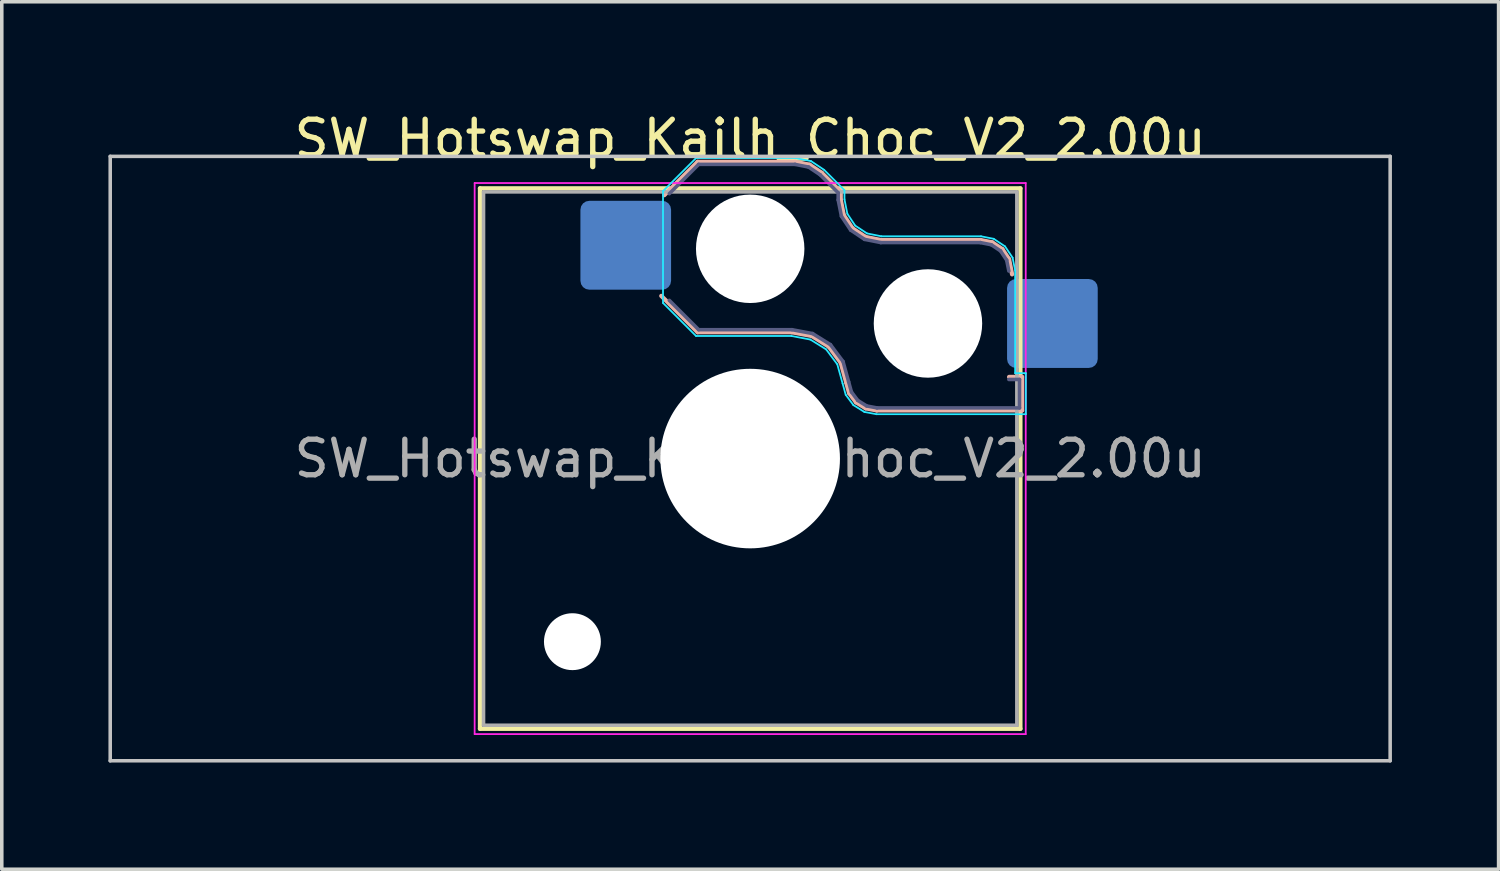
<source format=kicad_pcb>
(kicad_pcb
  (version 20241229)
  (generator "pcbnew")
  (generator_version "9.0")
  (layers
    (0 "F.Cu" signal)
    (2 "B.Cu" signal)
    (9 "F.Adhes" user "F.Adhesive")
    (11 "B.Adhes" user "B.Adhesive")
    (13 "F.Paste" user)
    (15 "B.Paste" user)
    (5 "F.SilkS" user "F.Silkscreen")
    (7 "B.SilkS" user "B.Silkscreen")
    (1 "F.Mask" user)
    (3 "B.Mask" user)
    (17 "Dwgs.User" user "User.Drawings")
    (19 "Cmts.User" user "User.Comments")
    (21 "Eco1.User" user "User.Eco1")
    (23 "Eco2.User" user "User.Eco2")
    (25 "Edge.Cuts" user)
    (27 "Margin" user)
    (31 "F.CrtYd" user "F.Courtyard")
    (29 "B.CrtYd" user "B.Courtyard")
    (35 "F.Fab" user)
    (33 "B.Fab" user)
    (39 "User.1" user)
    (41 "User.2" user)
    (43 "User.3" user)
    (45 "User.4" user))
  (footprint "SW_Hotswap_Kailh_Choc_V2_2.00u"
    (layer "F.Cu")
    (at 18.05 9.848)
    (property "Reference" "SW_Hotswap_Kailh_Choc_V2_2.00u" (at 0 -9 0) (layer "F.SilkS") (effects (font (size 1 1) (thickness 0.15))))
    (attr smd)
    (fp_line (start -7.6 -7.6) (end -7.6 7.6) (stroke (width 0.12) (type solid)) (layer "F.SilkS"))
    (fp_line (start -7.6 7.6) (end 7.6 7.6) (stroke (width 0.12) (type solid)) (layer "F.SilkS"))
    (fp_line (start 7.6 -7.6) (end -7.6 -7.6) (stroke (width 0.12) (type solid)) (layer "F.SilkS"))
    (fp_line (start 7.6 7.6) (end 7.6 -7.6) (stroke (width 0.12) (type solid)) (layer "F.SilkS"))
    (fp_line (start -2.416 -7.409) (end -1.479 -8.346) (stroke (width 0.12) (type solid)) (layer "B.SilkS"))
    (fp_line (start -1.479 -8.346) (end 1.268 -8.346) (stroke (width 0.12) (type solid)) (layer "B.SilkS"))
    (fp_line (start -1.479 -3.554) (end -2.5 -4.575) (stroke (width 0.12) (type solid)) (layer "B.SilkS"))
    (fp_line (start 1.168 -3.554) (end -1.479 -3.554) (stroke (width 0.12) (type solid)) (layer "B.SilkS"))
    (fp_line (start 1.268 -8.346) (end 1.671 -8.266) (stroke (width 0.12) (type solid)) (layer "B.SilkS"))
    (fp_line (start 1.671 -8.266) (end 2.013 -8.037) (stroke (width 0.12) (type solid)) (layer "B.SilkS"))
    (fp_line (start 1.73 -3.449) (end 1.168 -3.554) (stroke (width 0.12) (type solid)) (layer "B.SilkS"))
    (fp_line (start 2.013 -8.037) (end 2.546 -7.504) (stroke (width 0.12) (type solid)) (layer "B.SilkS"))
    (fp_line (start 2.209 -3.15) (end 1.73 -3.449) (stroke (width 0.12) (type solid)) (layer "B.SilkS"))
    (fp_line (start 2.546 -7.504) (end 2.546 -7.282) (stroke (width 0.12) (type solid)) (layer "B.SilkS"))
    (fp_line (start 2.546 -7.282) (end 2.633 -6.844) (stroke (width 0.12) (type solid)) (layer "B.SilkS"))
    (fp_line (start 2.547 -2.697) (end 2.209 -3.15) (stroke (width 0.12) (type solid)) (layer "B.SilkS"))
    (fp_line (start 2.633 -6.844) (end 2.877 -6.477) (stroke (width 0.12) (type solid)) (layer "B.SilkS"))
    (fp_line (start 2.701 -2.139) (end 2.547 -2.697) (stroke (width 0.12) (type solid)) (layer "B.SilkS"))
    (fp_line (start 2.783 -1.841) (end 2.701 -2.139) (stroke (width 0.12) (type solid)) (layer "B.SilkS"))
    (fp_line (start 2.877 -6.477) (end 3.244 -6.233) (stroke (width 0.12) (type solid)) (layer "B.SilkS"))
    (fp_line (start 2.976 -1.583) (end 2.783 -1.841) (stroke (width 0.12) (type solid)) (layer "B.SilkS"))
    (fp_line (start 3.244 -6.233) (end 3.682 -6.146) (stroke (width 0.12) (type solid)) (layer "B.SilkS"))
    (fp_line (start 3.25 -1.413) (end 2.976 -1.583) (stroke (width 0.12) (type solid)) (layer "B.SilkS"))
    (fp_line (start 3.56 -1.354) (end 3.25 -1.413) (stroke (width 0.12) (type solid)) (layer "B.SilkS"))
    (fp_line (start 3.682 -6.146) (end 6.482 -6.146) (stroke (width 0.12) (type solid)) (layer "B.SilkS"))
    (fp_line (start 6.482 -6.146) (end 6.809 -6.081) (stroke (width 0.12) (type solid)) (layer "B.SilkS"))
    (fp_line (start 6.809 -6.081) (end 7.092 -5.892) (stroke (width 0.12) (type solid)) (layer "B.SilkS"))
    (fp_line (start 7.092 -5.892) (end 7.281 -5.609) (stroke (width 0.12) (type solid)) (layer "B.SilkS"))
    (fp_line (start 7.281 -5.609) (end 7.366 -5.182) (stroke (width 0.12) (type solid)) (layer "B.SilkS"))
    (fp_line (start 7.283 -2.296) (end 7.646 -2.296) (stroke (width 0.12) (type solid)) (layer "B.SilkS"))
    (fp_line (start 7.646 -2.296) (end 7.646 -1.354) (stroke (width 0.12) (type solid)) (layer "B.SilkS"))
    (fp_line (start 7.646 -1.354) (end 3.56 -1.354) (stroke (width 0.12) (type solid)) (layer "B.SilkS"))
    (fp_line (start -18 -8.5) (end -18 8.5) (stroke (width 0.1) (type solid)) (layer "Dwgs.User"))
    (fp_line (start -18 8.5) (end 18 8.5) (stroke (width 0.1) (type solid)) (layer "Dwgs.User"))
    (fp_line (start 18 -8.5) (end -18 -8.5) (stroke (width 0.1) (type solid)) (layer "Dwgs.User"))
    (fp_line (start 18 8.5) (end 18 -8.5) (stroke (width 0.1) (type solid)) (layer "Dwgs.User"))
    (fp_line (start -7.25 -7.25) (end -7.25 7.25) (stroke (width 0.1) (type solid)) (layer "Eco1.User"))
    (fp_line (start -7.25 7.25) (end 7.25 7.25) (stroke (width 0.1) (type solid)) (layer "Eco1.User"))
    (fp_line (start 7.25 -7.25) (end -7.25 -7.25) (stroke (width 0.1) (type solid)) (layer "Eco1.User"))
    (fp_line (start 7.25 7.25) (end 7.25 -7.25) (stroke (width 0.1) (type solid)) (layer "Eco1.User"))
    (fp_line (start -2.452 -7.523) (end -1.523 -8.452) (stroke (width 0.05) (type solid)) (layer "B.CrtYd"))
    (fp_line (start -2.452 -4.377) (end -2.452 -7.523) (stroke (width 0.05) (type solid)) (layer "B.CrtYd"))
    (fp_line (start -1.523 -8.452) (end 1.278 -8.452) (stroke (width 0.05) (type solid)) (layer "B.CrtYd"))
    (fp_line (start -1.523 -3.448) (end -2.452 -4.377) (stroke (width 0.05) (type solid)) (layer "B.CrtYd"))
    (fp_line (start 1.159 -3.448) (end -1.523 -3.448) (stroke (width 0.05) (type solid)) (layer "B.CrtYd"))
    (fp_line (start 1.278 -8.452) (end 1.712 -8.366) (stroke (width 0.05) (type solid)) (layer "B.CrtYd"))
    (fp_line (start 1.691 -3.348) (end 1.159 -3.448) (stroke (width 0.05) (type solid)) (layer "B.CrtYd"))
    (fp_line (start 1.712 -8.366) (end 2.081 -8.119) (stroke (width 0.05) (type solid)) (layer "B.CrtYd"))
    (fp_line (start 2.081 -8.119) (end 2.652 -7.548) (stroke (width 0.05) (type solid)) (layer "B.CrtYd"))
    (fp_line (start 2.136 -3.071) (end 1.691 -3.348) (stroke (width 0.05) (type solid)) (layer "B.CrtYd"))
    (fp_line (start 2.45 -2.65) (end 2.136 -3.071) (stroke (width 0.05) (type solid)) (layer "B.CrtYd"))
    (fp_line (start 2.599 -2.111) (end 2.45 -2.65) (stroke (width 0.05) (type solid)) (layer "B.CrtYd"))
    (fp_line (start 2.652 -7.548) (end 2.652 -7.292) (stroke (width 0.05) (type solid)) (layer "B.CrtYd"))
    (fp_line (start 2.652 -7.292) (end 2.733 -6.885) (stroke (width 0.05) (type solid)) (layer "B.CrtYd"))
    (fp_line (start 2.687 -1.794) (end 2.599 -2.111) (stroke (width 0.05) (type solid)) (layer "B.CrtYd"))
    (fp_line (start 2.733 -6.885) (end 2.953 -6.553) (stroke (width 0.05) (type solid)) (layer "B.CrtYd"))
    (fp_line (start 2.903 -1.503) (end 2.687 -1.794) (stroke (width 0.05) (type solid)) (layer "B.CrtYd"))
    (fp_line (start 2.953 -6.553) (end 3.285 -6.333) (stroke (width 0.05) (type solid)) (layer "B.CrtYd"))
    (fp_line (start 3.211 -1.312) (end 2.903 -1.503) (stroke (width 0.05) (type solid)) (layer "B.CrtYd"))
    (fp_line (start 3.285 -6.333) (end 3.692 -6.252) (stroke (width 0.05) (type solid)) (layer "B.CrtYd"))
    (fp_line (start 3.55 -1.248) (end 3.211 -1.312) (stroke (width 0.05) (type solid)) (layer "B.CrtYd"))
    (fp_line (start 3.692 -6.252) (end 6.492 -6.252) (stroke (width 0.05) (type solid)) (layer "B.CrtYd"))
    (fp_line (start 6.492 -6.252) (end 6.85 -6.181) (stroke (width 0.05) (type solid)) (layer "B.CrtYd"))
    (fp_line (start 6.85 -6.181) (end 7.168 -5.968) (stroke (width 0.05) (type solid)) (layer "B.CrtYd"))
    (fp_line (start 7.168 -5.968) (end 7.381 -5.65) (stroke (width 0.05) (type solid)) (layer "B.CrtYd"))
    (fp_line (start 7.381 -5.65) (end 7.452 -5.292) (stroke (width 0.05) (type solid)) (layer "B.CrtYd"))
    (fp_line (start 7.452 -5.292) (end 7.452 -2.402) (stroke (width 0.05) (type solid)) (layer "B.CrtYd"))
    (fp_line (start 7.452 -2.402) (end 7.752 -2.402) (stroke (width 0.05) (type solid)) (layer "B.CrtYd"))
    (fp_line (start 7.752 -2.402) (end 7.752 -1.248) (stroke (width 0.05) (type solid)) (layer "B.CrtYd"))
    (fp_line (start 7.752 -1.248) (end 3.55 -1.248) (stroke (width 0.05) (type solid)) (layer "B.CrtYd"))
    (fp_line (start -7.75 -7.75) (end -7.75 7.75) (stroke (width 0.05) (type solid)) (layer "F.CrtYd"))
    (fp_line (start -7.75 7.75) (end 7.75 7.75) (stroke (width 0.05) (type solid)) (layer "F.CrtYd"))
    (fp_line (start 7.75 -7.75) (end -7.75 -7.75) (stroke (width 0.05) (type solid)) (layer "F.CrtYd"))
    (fp_line (start 7.75 7.75) (end 7.75 -7.75) (stroke (width 0.05) (type solid)) (layer "F.CrtYd"))
    (fp_line (start -2.275 -7.45) (end -1.45 -8.275) (stroke (width 0.1) (type solid)) (layer "B.Fab"))
    (fp_line (start -1.45 -8.275) (end 1.261 -8.275) (stroke (width 0.1) (type solid)) (layer "B.Fab"))
    (fp_line (start -1.45 -3.625) (end -2.275 -4.45) (stroke (width 0.1) (type solid)) (layer "B.Fab"))
    (fp_line (start 1.175 -3.625) (end -1.45 -3.625) (stroke (width 0.1) (type solid)) (layer "B.Fab"))
    (fp_line (start 1.261 -8.275) (end 1.643 -8.199) (stroke (width 0.1) (type solid)) (layer "B.Fab"))
    (fp_line (start 1.643 -8.199) (end 1.968 -7.982) (stroke (width 0.1) (type solid)) (layer "B.Fab"))
    (fp_line (start 1.756 -3.516) (end 1.175 -3.625) (stroke (width 0.1) (type solid)) (layer "B.Fab"))
    (fp_line (start 1.968 -7.982) (end 2.475 -7.475) (stroke (width 0.1) (type solid)) (layer "B.Fab"))
    (fp_line (start 2.258 -3.203) (end 1.756 -3.516) (stroke (width 0.1) (type solid)) (layer "B.Fab"))
    (fp_line (start 2.475 -7.475) (end 2.475 -7.275) (stroke (width 0.1) (type solid)) (layer "B.Fab"))
    (fp_line (start 2.475 -7.275) (end 2.566 -6.816) (stroke (width 0.1) (type solid)) (layer "B.Fab"))
    (fp_line (start 2.566 -6.816) (end 2.826 -6.426) (stroke (width 0.1) (type solid)) (layer "B.Fab"))
    (fp_line (start 2.612 -2.729) (end 2.258 -3.203) (stroke (width 0.1) (type solid)) (layer "B.Fab"))
    (fp_line (start 2.769 -2.158) (end 2.612 -2.729) (stroke (width 0.1) (type solid)) (layer "B.Fab"))
    (fp_line (start 2.826 -6.426) (end 3.216 -6.166) (stroke (width 0.1) (type solid)) (layer "B.Fab"))
    (fp_line (start 2.848 -1.873) (end 2.769 -2.158) (stroke (width 0.1) (type solid)) (layer "B.Fab"))
    (fp_line (start 3.025 -1.636) (end 2.848 -1.873) (stroke (width 0.1) (type solid)) (layer "B.Fab"))
    (fp_line (start 3.216 -6.166) (end 3.675 -6.075) (stroke (width 0.1) (type solid)) (layer "B.Fab"))
    (fp_line (start 3.276 -1.48) (end 3.025 -1.636) (stroke (width 0.1) (type solid)) (layer "B.Fab"))
    (fp_line (start 3.567 -1.425) (end 3.276 -1.48) (stroke (width 0.1) (type solid)) (layer "B.Fab"))
    (fp_line (start 3.675 -6.075) (end 6.475 -6.075) (stroke (width 0.1) (type solid)) (layer "B.Fab"))
    (fp_line (start 6.475 -6.075) (end 6.781 -6.014) (stroke (width 0.1) (type solid)) (layer "B.Fab"))
    (fp_line (start 6.781 -6.014) (end 7.041 -5.841) (stroke (width 0.1) (type solid)) (layer "B.Fab"))
    (fp_line (start 7.041 -5.841) (end 7.214 -5.581) (stroke (width 0.1) (type solid)) (layer "B.Fab"))
    (fp_line (start 7.214 -5.581) (end 7.275 -5.275) (stroke (width 0.1) (type solid)) (layer "B.Fab"))
    (fp_line (start 7.275 -2.225) (end 7.575 -2.225) (stroke (width 0.1) (type solid)) (layer "B.Fab"))
    (fp_line (start 7.575 -2.225) (end 7.575 -1.425) (stroke (width 0.1) (type solid)) (layer "B.Fab"))
    (fp_line (start 7.575 -1.425) (end 3.567 -1.425) (stroke (width 0.1) (type solid)) (layer "B.Fab"))
    (fp_line (start -7.5 -7.5) (end -7.5 7.5) (stroke (width 0.1) (type solid)) (layer "F.Fab"))
    (fp_line (start -7.5 7.5) (end 7.5 7.5) (stroke (width 0.1) (type solid)) (layer "F.Fab"))
    (fp_line (start 7.5 -7.5) (end -7.5 -7.5) (stroke (width 0.1) (type solid)) (layer "F.Fab"))
    (fp_line (start 7.5 7.5) (end 7.5 -7.5) (stroke (width 0.1) (type solid)) (layer "F.Fab"))
    (fp_text user "${REFERENCE}" (at 0 0 0) (layer "F.Fab") (effects (font (size 1 1) (thickness 0.15))))
    (pad "" np_thru_hole circle (at -5 5.15) (size 1.6 1.6) (drill 1.6) (layers "*.Cu" "*.Mask"))
    (pad "" np_thru_hole circle (at 0 -5.9) (size 3.05 3.05) (drill 3.05) (layers "*.Cu" "*.Mask"))
    (pad "" np_thru_hole circle (at 0 0) (size 5.05 5.05) (drill 5.05) (layers "*.Cu" "*.Mask"))
    (pad "" np_thru_hole circle (at 5 -3.8) (size 3.05 3.05) (drill 3.05) (layers "*.Cu" "*.Mask"))
    (pad "1" smd roundrect (at -3.5 -6) (size 2.55 2.5) (layers "B.Cu" "B.Mask" "B.Paste") (roundrect_rratio 0.1))
    (pad "2" smd roundrect (at 8.5 -3.8) (size 2.55 2.5) (layers "B.Cu" "B.Mask" "B.Paste") (roundrect_rratio 0.1)))
  (gr_rect
    (start -3 -3)
    (end 39.1 21.398)
    (stroke (width 0.1) (type default))
    (fill no)
    (layer "Edge.Cuts")))
</source>
